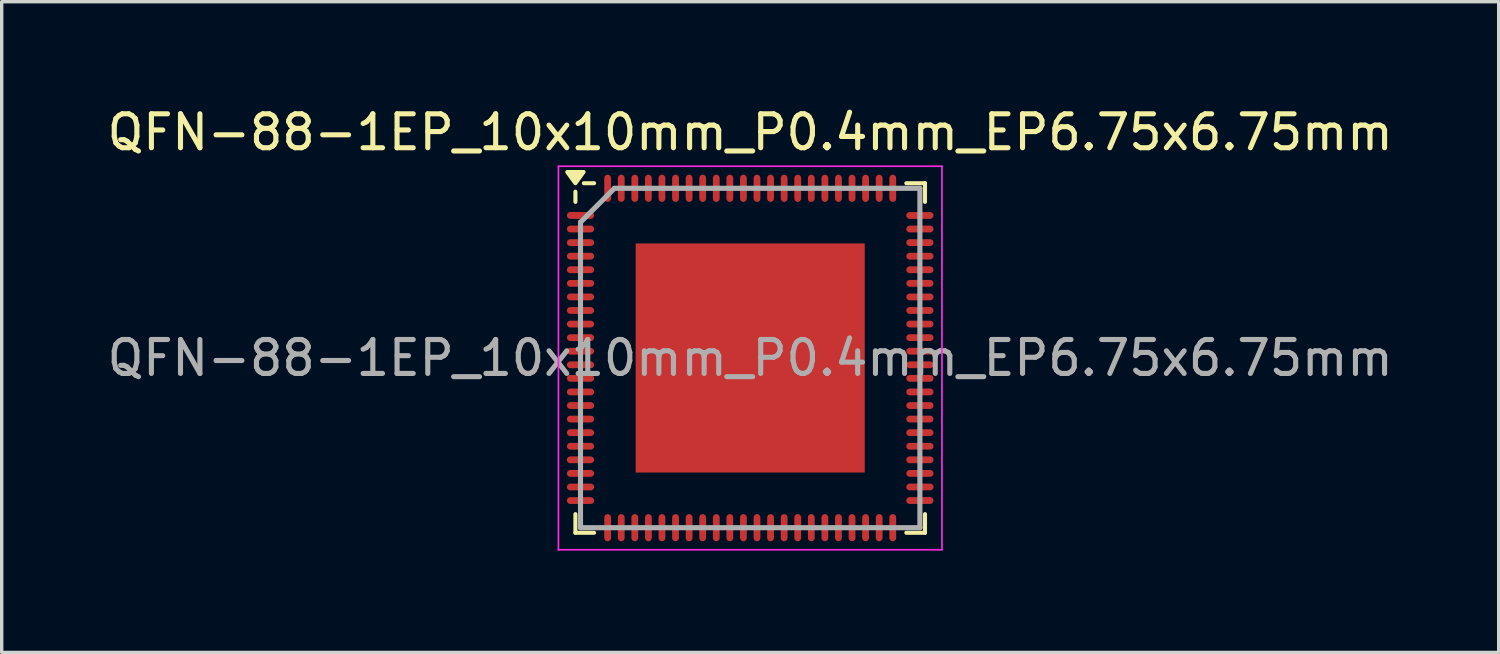
<source format=kicad_pcb>
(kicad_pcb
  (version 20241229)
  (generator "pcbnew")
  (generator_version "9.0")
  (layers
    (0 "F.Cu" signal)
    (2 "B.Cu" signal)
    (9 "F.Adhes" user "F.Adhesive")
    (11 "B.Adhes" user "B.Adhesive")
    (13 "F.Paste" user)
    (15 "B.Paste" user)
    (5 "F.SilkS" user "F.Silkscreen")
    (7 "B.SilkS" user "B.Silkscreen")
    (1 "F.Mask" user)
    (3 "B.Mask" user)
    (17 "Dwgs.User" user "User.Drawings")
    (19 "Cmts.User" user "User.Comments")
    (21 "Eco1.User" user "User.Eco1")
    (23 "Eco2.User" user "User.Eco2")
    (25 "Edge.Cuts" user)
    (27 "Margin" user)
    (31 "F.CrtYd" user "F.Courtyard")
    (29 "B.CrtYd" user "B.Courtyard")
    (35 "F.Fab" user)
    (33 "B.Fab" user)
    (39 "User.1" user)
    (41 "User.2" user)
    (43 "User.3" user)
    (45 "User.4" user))
  (footprint "QFN-88-1EP_10x10mm_P0.4mm_EP6.75x6.75mm"
    (layer "F.Cu")
    (at 19.054 7.498)
    (property "Reference" "QFN-88-1EP_10x10mm_P0.4mm_EP6.75x6.75mm" (at 0 -6.65 0) (layer "F.SilkS") (effects (font (size 1 1) (thickness 0.15))))
    (attr smd)
    (fp_line (start -5.15 -4.9) (end -5.15 -4.6) (stroke (width 0.12) (type default)) (layer "F.SilkS"))
    (fp_line (start -5.15 5.15) (end -5.15 4.6) (stroke (width 0.12) (type default)) (layer "F.SilkS"))
    (fp_line (start -4.6 -5.15) (end -4.9 -5.15) (stroke (width 0.12) (type default)) (layer "F.SilkS"))
    (fp_line (start -4.6 5.15) (end -5.15 5.15) (stroke (width 0.12) (type default)) (layer "F.SilkS"))
    (fp_line (start 4.6 -5.15) (end 5.15 -5.15) (stroke (width 0.12) (type default)) (layer "F.SilkS"))
    (fp_line (start 4.6 5.15) (end 5.15 5.15) (stroke (width 0.12) (type default)) (layer "F.SilkS"))
    (fp_line (start 5.15 -5.15) (end 5.15 -4.6) (stroke (width 0.12) (type default)) (layer "F.SilkS"))
    (fp_line (start 5.15 5.15) (end 5.15 4.6) (stroke (width 0.12) (type default)) (layer "F.SilkS"))
    (fp_poly (pts (xy -5.15 -5.15) (xy -5.39 -5.48) (xy -4.91 -5.48) (xy -5.15 -5.15)) (stroke (width 0.12) (type solid)) (fill yes) (layer "F.SilkS"))
    (fp_line (start -5.65 -5.65) (end 5.65 -5.65) (stroke (width 0.05) (type default)) (layer "F.CrtYd"))
    (fp_line (start -5.65 5.65) (end -5.65 -5.65) (stroke (width 0.05) (type default)) (layer "F.CrtYd"))
    (fp_line (start 5.65 -5.65) (end 5.65 5.65) (stroke (width 0.05) (type default)) (layer "F.CrtYd"))
    (fp_line (start 5.65 5.65) (end -5.65 5.65) (stroke (width 0.05) (type default)) (layer "F.CrtYd"))
    (fp_line (start -5 -4) (end -5 5) (stroke (width 0.15) (type default)) (layer "F.Fab"))
    (fp_line (start -5 5) (end 5 5) (stroke (width 0.15) (type default)) (layer "F.Fab"))
    (fp_line (start -4 -5) (end -5 -4) (stroke (width 0.15) (type default)) (layer "F.Fab"))
    (fp_line (start 5 -5) (end -4 -5) (stroke (width 0.15) (type default)) (layer "F.Fab"))
    (fp_line (start 5 5) (end 5 -5) (stroke (width 0.15) (type default)) (layer "F.Fab"))
    (fp_text user "${REFERENCE}" (at 0 0 0) (layer "F.Fab") (effects (font (size 1 1) (thickness 0.15))))
    (pad "" smd rect (at -2.531 -2.531) (size 0.938 0.938) (layers "F.Paste"))
    (pad "" smd rect (at -2.531 -0.844) (size 0.938 0.938) (layers "F.Paste"))
    (pad "" smd rect (at -2.531 0.844) (size 0.938 0.938) (layers "F.Paste"))
    (pad "" smd rect (at -2.531 2.531) (size 0.938 0.938) (layers "F.Paste"))
    (pad "" smd rect (at -0.844 -2.531) (size 0.938 0.938) (layers "F.Paste"))
    (pad "" smd rect (at -0.844 -0.844) (size 0.938 0.938) (layers "F.Paste"))
    (pad "" smd rect (at -0.844 0.844) (size 0.938 0.938) (layers "F.Paste"))
    (pad "" smd rect (at -0.844 2.531) (size 0.938 0.938) (layers "F.Paste"))
    (pad "" smd rect (at 0.844 -2.531) (size 0.938 0.938) (layers "F.Paste"))
    (pad "" smd rect (at 0.844 -0.844) (size 0.938 0.938) (layers "F.Paste"))
    (pad "" smd rect (at 0.844 0.844) (size 0.938 0.938) (layers "F.Paste"))
    (pad "" smd rect (at 0.844 2.531) (size 0.938 0.938) (layers "F.Paste"))
    (pad "" smd rect (at 2.531 -2.531) (size 0.938 0.938) (layers "F.Paste"))
    (pad "" smd rect (at 2.531 -0.844) (size 0.938 0.938) (layers "F.Paste"))
    (pad "" smd rect (at 2.531 0.844) (size 0.938 0.938) (layers "F.Paste"))
    (pad "" smd rect (at 2.531 2.531) (size 0.938 0.938) (layers "F.Paste"))
    (pad "1" smd oval (at -5 -4.2 90) (size 0.2 0.8) (layers "F.Cu" "F.Mask" "F.Paste"))
    (pad "2" smd oval (at -5 -3.8 90) (size 0.2 0.8) (layers "F.Cu" "F.Mask" "F.Paste"))
    (pad "3" smd oval (at -5 -3.4 90) (size 0.2 0.8) (layers "F.Cu" "F.Mask" "F.Paste"))
    (pad "4" smd oval (at -5 -3 90) (size 0.2 0.8) (layers "F.Cu" "F.Mask" "F.Paste"))
    (pad "5" smd oval (at -5 -2.6 90) (size 0.2 0.8) (layers "F.Cu" "F.Mask" "F.Paste"))
    (pad "6" smd oval (at -5 -2.2 90) (size 0.2 0.8) (layers "F.Cu" "F.Mask" "F.Paste"))
    (pad "7" smd oval (at -5 -1.8 90) (size 0.2 0.8) (layers "F.Cu" "F.Mask" "F.Paste"))
    (pad "8" smd oval (at -5 -1.4 90) (size 0.2 0.8) (layers "F.Cu" "F.Mask" "F.Paste"))
    (pad "9" smd oval (at -5 -1 90) (size 0.2 0.8) (layers "F.Cu" "F.Mask" "F.Paste"))
    (pad "10" smd oval (at -5 -0.6 90) (size 0.2 0.8) (layers "F.Cu" "F.Mask" "F.Paste"))
    (pad "11" smd oval (at -5 -0.2 90) (size 0.2 0.8) (layers "F.Cu" "F.Mask" "F.Paste"))
    (pad "12" smd oval (at -5 0.2 90) (size 0.2 0.8) (layers "F.Cu" "F.Mask" "F.Paste"))
    (pad "13" smd oval (at -5 0.6 90) (size 0.2 0.8) (layers "F.Cu" "F.Mask" "F.Paste"))
    (pad "14" smd oval (at -5 1 90) (size 0.2 0.8) (layers "F.Cu" "F.Mask" "F.Paste"))
    (pad "15" smd oval (at -5 1.4 90) (size 0.2 0.8) (layers "F.Cu" "F.Mask" "F.Paste"))
    (pad "16" smd oval (at -5 1.8 90) (size 0.2 0.8) (layers "F.Cu" "F.Mask" "F.Paste"))
    (pad "17" smd oval (at -5 2.2 90) (size 0.2 0.8) (layers "F.Cu" "F.Mask" "F.Paste"))
    (pad "18" smd oval (at -5 2.6 90) (size 0.2 0.8) (layers "F.Cu" "F.Mask" "F.Paste"))
    (pad "19" smd oval (at -5 3 90) (size 0.2 0.8) (layers "F.Cu" "F.Mask" "F.Paste"))
    (pad "20" smd oval (at -5 3.4 90) (size 0.2 0.8) (layers "F.Cu" "F.Mask" "F.Paste"))
    (pad "21" smd oval (at -5 3.8 90) (size 0.2 0.8) (layers "F.Cu" "F.Mask" "F.Paste"))
    (pad "22" smd oval (at -5 4.2 90) (size 0.2 0.8) (layers "F.Cu" "F.Mask" "F.Paste"))
    (pad "23" smd oval (at -4.2 5) (size 0.2 0.8) (layers "F.Cu" "F.Mask" "F.Paste"))
    (pad "24" smd oval (at -3.8 5) (size 0.2 0.8) (layers "F.Cu" "F.Mask" "F.Paste"))
    (pad "25" smd oval (at -3.4 5) (size 0.2 0.8) (layers "F.Cu" "F.Mask" "F.Paste"))
    (pad "26" smd oval (at -3 5) (size 0.2 0.8) (layers "F.Cu" "F.Mask" "F.Paste"))
    (pad "27" smd oval (at -2.6 5) (size 0.2 0.8) (layers "F.Cu" "F.Mask" "F.Paste"))
    (pad "28" smd oval (at -2.2 5) (size 0.2 0.8) (layers "F.Cu" "F.Mask" "F.Paste"))
    (pad "29" smd oval (at -1.8 5) (size 0.2 0.8) (layers "F.Cu" "F.Mask" "F.Paste"))
    (pad "30" smd oval (at -1.4 5) (size 0.2 0.8) (layers "F.Cu" "F.Mask" "F.Paste"))
    (pad "31" smd oval (at -1 5) (size 0.2 0.8) (layers "F.Cu" "F.Mask" "F.Paste"))
    (pad "32" smd oval (at -0.6 5) (size 0.2 0.8) (layers "F.Cu" "F.Mask" "F.Paste"))
    (pad "33" smd oval (at -0.2 5) (size 0.2 0.8) (layers "F.Cu" "F.Mask" "F.Paste"))
    (pad "34" smd oval (at 0.2 5) (size 0.2 0.8) (layers "F.Cu" "F.Mask" "F.Paste"))
    (pad "35" smd oval (at 0.6 5) (size 0.2 0.8) (layers "F.Cu" "F.Mask" "F.Paste"))
    (pad "36" smd oval (at 1 5) (size 0.2 0.8) (layers "F.Cu" "F.Mask" "F.Paste"))
    (pad "37" smd oval (at 1.4 5) (size 0.2 0.8) (layers "F.Cu" "F.Mask" "F.Paste"))
    (pad "38" smd oval (at 1.8 5) (size 0.2 0.8) (layers "F.Cu" "F.Mask" "F.Paste"))
    (pad "39" smd oval (at 2.2 5) (size 0.2 0.8) (layers "F.Cu" "F.Mask" "F.Paste"))
    (pad "40" smd oval (at 2.6 5) (size 0.2 0.8) (layers "F.Cu" "F.Mask" "F.Paste"))
    (pad "41" smd oval (at 3 5) (size 0.2 0.8) (layers "F.Cu" "F.Mask" "F.Paste"))
    (pad "42" smd oval (at 3.4 5) (size 0.2 0.8) (layers "F.Cu" "F.Mask" "F.Paste"))
    (pad "43" smd oval (at 3.8 5) (size 0.2 0.8) (layers "F.Cu" "F.Mask" "F.Paste"))
    (pad "44" smd oval (at 4.2 5) (size 0.2 0.8) (layers "F.Cu" "F.Mask" "F.Paste"))
    (pad "45" smd oval (at 5 4.2 90) (size 0.2 0.8) (layers "F.Cu" "F.Mask" "F.Paste"))
    (pad "46" smd oval (at 5 3.8 90) (size 0.2 0.8) (layers "F.Cu" "F.Mask" "F.Paste"))
    (pad "47" smd oval (at 5 3.4 90) (size 0.2 0.8) (layers "F.Cu" "F.Mask" "F.Paste"))
    (pad "48" smd oval (at 5 3 90) (size 0.2 0.8) (layers "F.Cu" "F.Mask" "F.Paste"))
    (pad "49" smd oval (at 5 2.6 90) (size 0.2 0.8) (layers "F.Cu" "F.Mask" "F.Paste"))
    (pad "50" smd oval (at 5 2.2 90) (size 0.2 0.8) (layers "F.Cu" "F.Mask" "F.Paste"))
    (pad "51" smd oval (at 5 1.8 90) (size 0.2 0.8) (layers "F.Cu" "F.Mask" "F.Paste"))
    (pad "52" smd oval (at 5 1.4 90) (size 0.2 0.8) (layers "F.Cu" "F.Mask" "F.Paste"))
    (pad "53" smd oval (at 5 1 90) (size 0.2 0.8) (layers "F.Cu" "F.Mask" "F.Paste"))
    (pad "54" smd oval (at 5 0.6 90) (size 0.2 0.8) (layers "F.Cu" "F.Mask" "F.Paste"))
    (pad "55" smd oval (at 5 0.2 90) (size 0.2 0.8) (layers "F.Cu" "F.Mask" "F.Paste"))
    (pad "56" smd oval (at 5 -0.2 90) (size 0.2 0.8) (layers "F.Cu" "F.Mask" "F.Paste"))
    (pad "57" smd oval (at 5 -0.6 90) (size 0.2 0.8) (layers "F.Cu" "F.Mask" "F.Paste"))
    (pad "58" smd oval (at 5 -1 90) (size 0.2 0.8) (layers "F.Cu" "F.Mask" "F.Paste"))
    (pad "59" smd oval (at 5 -1.4 90) (size 0.2 0.8) (layers "F.Cu" "F.Mask" "F.Paste"))
    (pad "60" smd oval (at 5 -1.8 90) (size 0.2 0.8) (layers "F.Cu" "F.Mask" "F.Paste"))
    (pad "61" smd oval (at 5 -2.2 90) (size 0.2 0.8) (layers "F.Cu" "F.Mask" "F.Paste"))
    (pad "62" smd oval (at 5 -2.6 90) (size 0.2 0.8) (layers "F.Cu" "F.Mask" "F.Paste"))
    (pad "63" smd oval (at 5 -3 90) (size 0.2 0.8) (layers "F.Cu" "F.Mask" "F.Paste"))
    (pad "64" smd oval (at 5 -3.4 90) (size 0.2 0.8) (layers "F.Cu" "F.Mask" "F.Paste"))
    (pad "65" smd oval (at 5 -3.8 90) (size 0.2 0.8) (layers "F.Cu" "F.Mask" "F.Paste"))
    (pad "66" smd oval (at 5 -4.2 90) (size 0.2 0.8) (layers "F.Cu" "F.Mask" "F.Paste"))
    (pad "67" smd oval (at 4.2 -5) (size 0.2 0.8) (layers "F.Cu" "F.Mask" "F.Paste"))
    (pad "68" smd oval (at 3.8 -5) (size 0.2 0.8) (layers "F.Cu" "F.Mask" "F.Paste"))
    (pad "69" smd oval (at 3.4 -5) (size 0.2 0.8) (layers "F.Cu" "F.Mask" "F.Paste"))
    (pad "70" smd oval (at 3 -5) (size 0.2 0.8) (layers "F.Cu" "F.Mask" "F.Paste"))
    (pad "71" smd oval (at 2.6 -5) (size 0.2 0.8) (layers "F.Cu" "F.Mask" "F.Paste"))
    (pad "72" smd oval (at 2.2 -5) (size 0.2 0.8) (layers "F.Cu" "F.Mask" "F.Paste"))
    (pad "73" smd oval (at 1.8 -5) (size 0.2 0.8) (layers "F.Cu" "F.Mask" "F.Paste"))
    (pad "74" smd oval (at 1.4 -5) (size 0.2 0.8) (layers "F.Cu" "F.Mask" "F.Paste"))
    (pad "75" smd oval (at 1 -5) (size 0.2 0.8) (layers "F.Cu" "F.Mask" "F.Paste"))
    (pad "76" smd oval (at 0.6 -5) (size 0.2 0.8) (layers "F.Cu" "F.Mask" "F.Paste"))
    (pad "77" smd oval (at 0.2 -5) (size 0.2 0.8) (layers "F.Cu" "F.Mask" "F.Paste"))
    (pad "78" smd oval (at -0.2 -5) (size 0.2 0.8) (layers "F.Cu" "F.Mask" "F.Paste"))
    (pad "79" smd oval (at -0.6 -5) (size 0.2 0.8) (layers "F.Cu" "F.Mask" "F.Paste"))
    (pad "80" smd oval (at -1 -5) (size 0.2 0.8) (layers "F.Cu" "F.Mask" "F.Paste"))
    (pad "81" smd oval (at -1.4 -5) (size 0.2 0.8) (layers "F.Cu" "F.Mask" "F.Paste"))
    (pad "82" smd oval (at -1.8 -5) (size 0.2 0.8) (layers "F.Cu" "F.Mask" "F.Paste"))
    (pad "83" smd oval (at -2.2 -5) (size 0.2 0.8) (layers "F.Cu" "F.Mask" "F.Paste"))
    (pad "84" smd oval (at -2.6 -5) (size 0.2 0.8) (layers "F.Cu" "F.Mask" "F.Paste"))
    (pad "85" smd oval (at -3 -5) (size 0.2 0.8) (layers "F.Cu" "F.Mask" "F.Paste"))
    (pad "86" smd oval (at -3.4 -5) (size 0.2 0.8) (layers "F.Cu" "F.Mask" "F.Paste"))
    (pad "87" smd oval (at -3.8 -5) (size 0.2 0.8) (layers "F.Cu" "F.Mask" "F.Paste"))
    (pad "88" smd oval (at -4.2 -5) (size 0.2 0.8) (layers "F.Cu" "F.Mask" "F.Paste"))
    (pad "89" smd rect (at 0 0) (size 6.75 6.75) (layers "F.Cu" "F.Mask")))
  (gr_rect
    (start -3 -3)
    (end 41.107 16.173)
    (stroke (width 0.1) (type default))
    (fill no)
    (layer "Edge.Cuts")))
</source>
